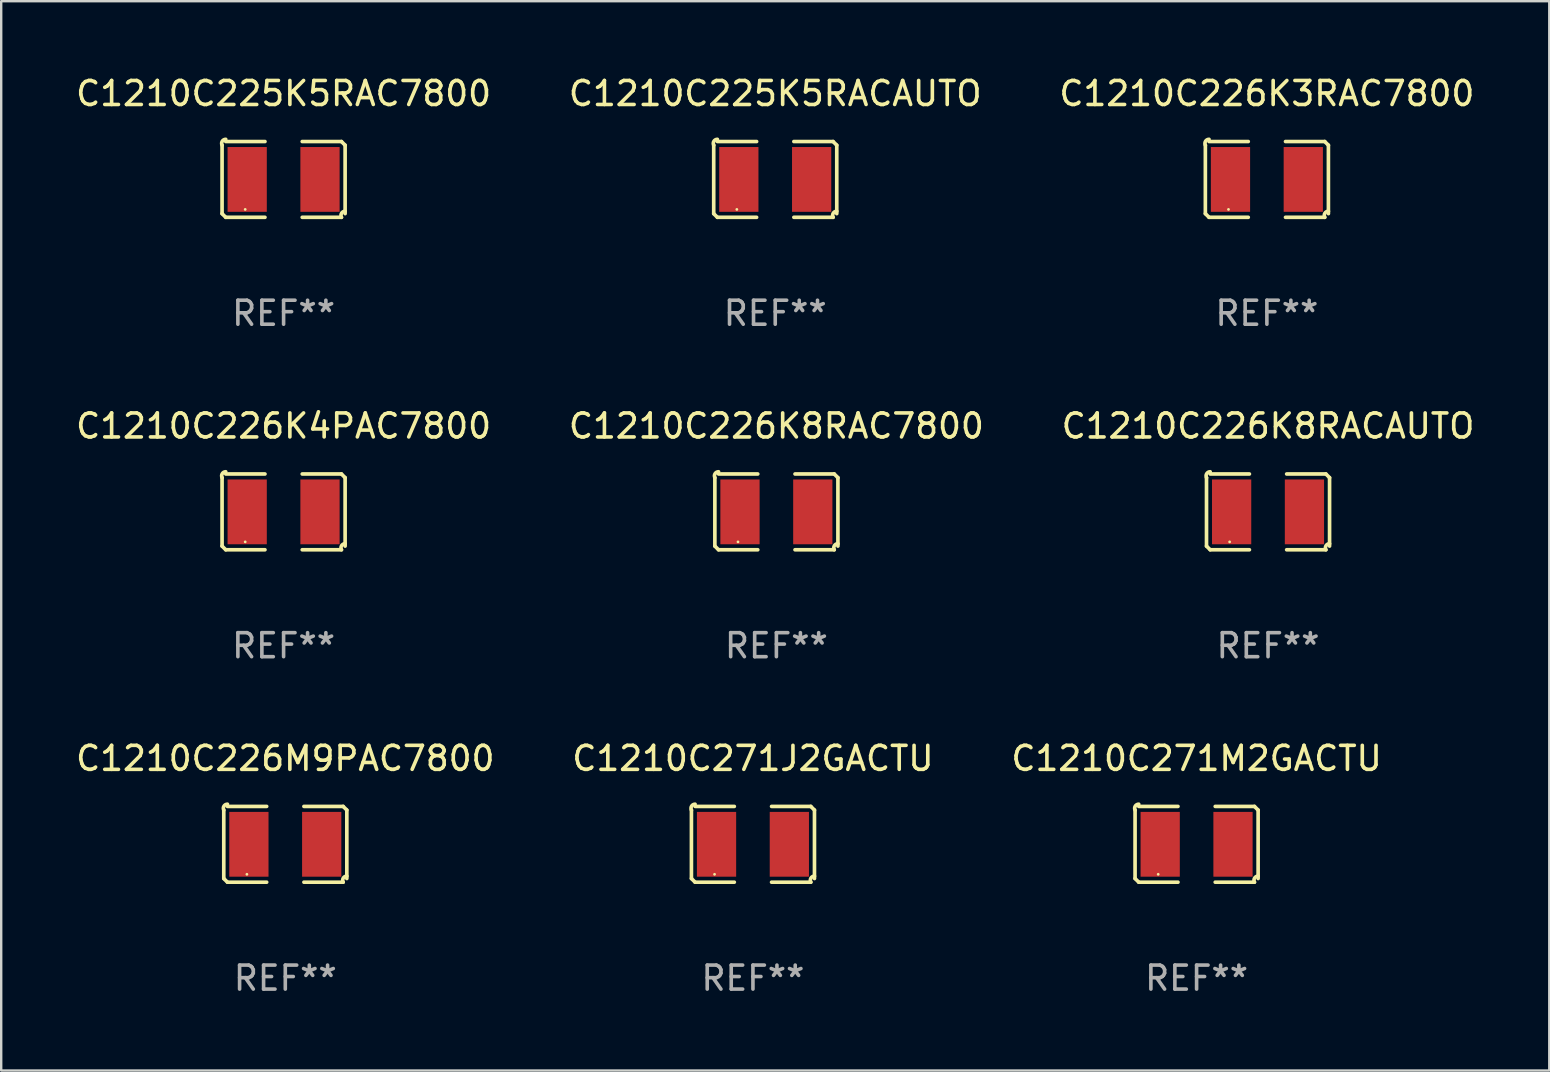
<source format=kicad_pcb>
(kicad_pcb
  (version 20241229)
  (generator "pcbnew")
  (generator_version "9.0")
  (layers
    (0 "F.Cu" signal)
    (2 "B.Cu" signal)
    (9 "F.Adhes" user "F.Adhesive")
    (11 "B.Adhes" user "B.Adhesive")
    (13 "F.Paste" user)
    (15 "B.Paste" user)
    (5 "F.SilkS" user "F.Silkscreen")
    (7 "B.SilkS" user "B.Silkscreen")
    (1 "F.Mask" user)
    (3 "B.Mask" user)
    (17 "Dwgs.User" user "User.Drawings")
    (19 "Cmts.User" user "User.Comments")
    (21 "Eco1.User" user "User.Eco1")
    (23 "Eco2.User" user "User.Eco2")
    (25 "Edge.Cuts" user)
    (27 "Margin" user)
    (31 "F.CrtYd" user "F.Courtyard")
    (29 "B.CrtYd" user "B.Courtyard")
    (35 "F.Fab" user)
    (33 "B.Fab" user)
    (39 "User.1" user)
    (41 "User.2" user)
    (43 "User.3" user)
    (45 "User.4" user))
  (footprint "C1210C225K5RAC7800"
    (layer "F.Cu")
    (at 8.768 4.427)
    (property "Reference" "C1210C225K5RAC7800" (at 0 -3.579 0) (layer "F.SilkS") (effects (font (size 1 1) (thickness 0.15))))
    (attr through_hole)
    (fp_line (start -2.564 1.426) (end -2.564 -1.426) (stroke (width 0.152) (type solid)) (layer "F.SilkS"))
    (fp_line (start -2.411 -1.579) (end -0.776 -1.579) (stroke (width 0.152) (type solid)) (layer "F.SilkS"))
    (fp_line (start -0.776 1.579) (end -2.411 1.579) (stroke (width 0.152) (type solid)) (layer "F.SilkS"))
    (fp_line (start 0.776 1.579) (end 2.411 1.579) (stroke (width 0.152) (type solid)) (layer "F.SilkS"))
    (fp_line (start 2.411 -1.579) (end 0.776 -1.579) (stroke (width 0.152) (type solid)) (layer "F.SilkS"))
    (fp_line (start 2.564 1.426) (end 2.564 -1.426) (stroke (width 0.152) (type solid)) (layer "F.SilkS"))
    (fp_arc (start -2.563602 -1.426213) (mid -2.555597 -1.591233) (end -2.411201 -1.671518) (stroke (width 0.1524) (type solid)) (layer "F.SilkS"))
    (fp_arc (start -2.5636 1.426214) (mid -2.487389 1.502402) (end -2.411201 1.578613) (stroke (width 0.1524) (type solid)) (layer "F.SilkS"))
    (fp_arc (start 2.411197 -1.578618) (mid 2.487403 -1.502419) (end 2.563602 -1.426213) (stroke (width 0.1524) (type solid)) (layer "F.SilkS"))
    (fp_arc (start 2.411201 1.578613) (mid 2.416214 1.409455) (end 2.563602 1.32629) (stroke (width 0.1524) (type solid)) (layer "F.SilkS"))
    (fp_circle (center -1.6 1.25) (end -1.57 1.25) (stroke (width 0.06) (type solid)) (fill no) (layer "F.SilkS"))
    (fp_text user "REF**" (at 0 5.579 0) (layer "F.Fab") (effects (font (size 1 1) (thickness 0.15))))
    (pad "1" smd rect (at -1.517 0) (size 1.635 2.7) (layers "F.Cu" "F.Mask" "F.Paste"))
    (pad "2" smd rect (at 1.517 0) (size 1.635 2.7) (layers "F.Cu" "F.Mask" "F.Paste")))
  (footprint "C1210C225K5RACAUTO"
    (layer "F.Cu")
    (at 29.256 4.427)
    (property "Reference" "C1210C225K5RACAUTO" (at 0 -3.579 0) (layer "F.SilkS") (effects (font (size 1 1) (thickness 0.15))))
    (attr through_hole)
    (fp_line (start -2.564 1.426) (end -2.564 -1.426) (stroke (width 0.152) (type solid)) (layer "F.SilkS"))
    (fp_line (start -2.411 -1.579) (end -0.776 -1.579) (stroke (width 0.152) (type solid)) (layer "F.SilkS"))
    (fp_line (start -0.776 1.579) (end -2.411 1.579) (stroke (width 0.152) (type solid)) (layer "F.SilkS"))
    (fp_line (start 0.776 1.579) (end 2.411 1.579) (stroke (width 0.152) (type solid)) (layer "F.SilkS"))
    (fp_line (start 2.411 -1.579) (end 0.776 -1.579) (stroke (width 0.152) (type solid)) (layer "F.SilkS"))
    (fp_line (start 2.564 1.426) (end 2.564 -1.426) (stroke (width 0.152) (type solid)) (layer "F.SilkS"))
    (fp_arc (start -2.563602 -1.426213) (mid -2.555597 -1.591233) (end -2.411201 -1.671518) (stroke (width 0.1524) (type solid)) (layer "F.SilkS"))
    (fp_arc (start -2.5636 1.426214) (mid -2.487389 1.502402) (end -2.411201 1.578613) (stroke (width 0.1524) (type solid)) (layer "F.SilkS"))
    (fp_arc (start 2.411197 -1.578618) (mid 2.487403 -1.502419) (end 2.563602 -1.426213) (stroke (width 0.1524) (type solid)) (layer "F.SilkS"))
    (fp_arc (start 2.411201 1.578613) (mid 2.416214 1.409455) (end 2.563602 1.32629) (stroke (width 0.1524) (type solid)) (layer "F.SilkS"))
    (fp_circle (center -1.6 1.25) (end -1.57 1.25) (stroke (width 0.06) (type solid)) (fill no) (layer "F.SilkS"))
    (fp_text user "REF**" (at 0 5.579 0) (layer "F.Fab") (effects (font (size 1 1) (thickness 0.15))))
    (pad "1" smd rect (at -1.517 0) (size 1.635 2.7) (layers "F.Cu" "F.Mask" "F.Paste"))
    (pad "2" smd rect (at 1.517 0) (size 1.635 2.7) (layers "F.Cu" "F.Mask" "F.Paste")))
  (footprint "C1210C226K4PAC7800"
    (layer "F.Cu")
    (at 8.768 18.281)
    (property "Reference" "C1210C226K4PAC7800" (at 0 -3.579 0) (layer "F.SilkS") (effects (font (size 1 1) (thickness 0.15))))
    (attr through_hole)
    (fp_line (start -2.564 1.426) (end -2.564 -1.426) (stroke (width 0.152) (type solid)) (layer "F.SilkS"))
    (fp_line (start -2.411 -1.579) (end -0.776 -1.579) (stroke (width 0.152) (type solid)) (layer "F.SilkS"))
    (fp_line (start -0.776 1.579) (end -2.411 1.579) (stroke (width 0.152) (type solid)) (layer "F.SilkS"))
    (fp_line (start 0.776 1.579) (end 2.411 1.579) (stroke (width 0.152) (type solid)) (layer "F.SilkS"))
    (fp_line (start 2.411 -1.579) (end 0.776 -1.579) (stroke (width 0.152) (type solid)) (layer "F.SilkS"))
    (fp_line (start 2.564 1.426) (end 2.564 -1.426) (stroke (width 0.152) (type solid)) (layer "F.SilkS"))
    (fp_arc (start -2.563602 -1.426213) (mid -2.555597 -1.591233) (end -2.411201 -1.671518) (stroke (width 0.1524) (type solid)) (layer "F.SilkS"))
    (fp_arc (start -2.5636 1.426214) (mid -2.487389 1.502402) (end -2.411201 1.578613) (stroke (width 0.1524) (type solid)) (layer "F.SilkS"))
    (fp_arc (start 2.411197 -1.578618) (mid 2.487403 -1.502419) (end 2.563602 -1.426213) (stroke (width 0.1524) (type solid)) (layer "F.SilkS"))
    (fp_arc (start 2.411201 1.578613) (mid 2.416214 1.409455) (end 2.563602 1.32629) (stroke (width 0.1524) (type solid)) (layer "F.SilkS"))
    (fp_circle (center -1.6 1.25) (end -1.57 1.25) (stroke (width 0.06) (type solid)) (fill no) (layer "F.SilkS"))
    (fp_text user "REF**" (at 0 5.579 0) (layer "F.Fab") (effects (font (size 1 1) (thickness 0.15))))
    (pad "1" smd rect (at -1.517 0) (size 1.635 2.7) (layers "F.Cu" "F.Mask" "F.Paste"))
    (pad "2" smd rect (at 1.517 0) (size 1.635 2.7) (layers "F.Cu" "F.Mask" "F.Paste")))
  (footprint "C1210C271J2GACTU"
    (layer "F.Cu")
    (at 28.327 32.134)
    (property "Reference" "C1210C271J2GACTU" (at 0 -3.579 0) (layer "F.SilkS") (effects (font (size 1 1) (thickness 0.15))))
    (attr through_hole)
    (fp_line (start -2.564 1.426) (end -2.564 -1.426) (stroke (width 0.152) (type solid)) (layer "F.SilkS"))
    (fp_line (start -2.411 -1.579) (end -0.776 -1.579) (stroke (width 0.152) (type solid)) (layer "F.SilkS"))
    (fp_line (start -0.776 1.579) (end -2.411 1.579) (stroke (width 0.152) (type solid)) (layer "F.SilkS"))
    (fp_line (start 0.776 1.579) (end 2.411 1.579) (stroke (width 0.152) (type solid)) (layer "F.SilkS"))
    (fp_line (start 2.411 -1.579) (end 0.776 -1.579) (stroke (width 0.152) (type solid)) (layer "F.SilkS"))
    (fp_line (start 2.564 1.426) (end 2.564 -1.426) (stroke (width 0.152) (type solid)) (layer "F.SilkS"))
    (fp_arc (start -2.563602 -1.426213) (mid -2.555597 -1.591233) (end -2.411201 -1.671518) (stroke (width 0.1524) (type solid)) (layer "F.SilkS"))
    (fp_arc (start -2.5636 1.426214) (mid -2.487389 1.502402) (end -2.411201 1.578613) (stroke (width 0.1524) (type solid)) (layer "F.SilkS"))
    (fp_arc (start 2.411197 -1.578618) (mid 2.487403 -1.502419) (end 2.563602 -1.426213) (stroke (width 0.1524) (type solid)) (layer "F.SilkS"))
    (fp_arc (start 2.411201 1.578613) (mid 2.416214 1.409455) (end 2.563602 1.32629) (stroke (width 0.1524) (type solid)) (layer "F.SilkS"))
    (fp_circle (center -1.6 1.25) (end -1.57 1.25) (stroke (width 0.06) (type solid)) (fill no) (layer "F.SilkS"))
    (fp_text user "REF**" (at 0 5.579 0) (layer "F.Fab") (effects (font (size 1 1) (thickness 0.15))))
    (pad "1" smd rect (at -1.517 0) (size 1.635 2.7) (layers "F.Cu" "F.Mask" "F.Paste"))
    (pad "2" smd rect (at 1.517 0) (size 1.635 2.7) (layers "F.Cu" "F.Mask" "F.Paste")))
  (footprint "C1210C226K8RACAUTO"
    (layer "F.Cu")
    (at 49.792 18.281)
    (property "Reference" "C1210C226K8RACAUTO" (at 0 -3.579 0) (layer "F.SilkS") (effects (font (size 1 1) (thickness 0.15))))
    (attr through_hole)
    (fp_line (start -2.564 1.426) (end -2.564 -1.426) (stroke (width 0.152) (type solid)) (layer "F.SilkS"))
    (fp_line (start -2.411 -1.579) (end -0.776 -1.579) (stroke (width 0.152) (type solid)) (layer "F.SilkS"))
    (fp_line (start -0.776 1.579) (end -2.411 1.579) (stroke (width 0.152) (type solid)) (layer "F.SilkS"))
    (fp_line (start 0.776 1.579) (end 2.411 1.579) (stroke (width 0.152) (type solid)) (layer "F.SilkS"))
    (fp_line (start 2.411 -1.579) (end 0.776 -1.579) (stroke (width 0.152) (type solid)) (layer "F.SilkS"))
    (fp_line (start 2.564 1.426) (end 2.564 -1.426) (stroke (width 0.152) (type solid)) (layer "F.SilkS"))
    (fp_arc (start -2.563602 -1.426213) (mid -2.555597 -1.591233) (end -2.411201 -1.671518) (stroke (width 0.1524) (type solid)) (layer "F.SilkS"))
    (fp_arc (start -2.5636 1.426214) (mid -2.487389 1.502402) (end -2.411201 1.578613) (stroke (width 0.1524) (type solid)) (layer "F.SilkS"))
    (fp_arc (start 2.411197 -1.578618) (mid 2.487403 -1.502419) (end 2.563602 -1.426213) (stroke (width 0.1524) (type solid)) (layer "F.SilkS"))
    (fp_arc (start 2.411201 1.578613) (mid 2.416214 1.409455) (end 2.563602 1.32629) (stroke (width 0.1524) (type solid)) (layer "F.SilkS"))
    (fp_circle (center -1.6 1.25) (end -1.57 1.25) (stroke (width 0.06) (type solid)) (fill no) (layer "F.SilkS"))
    (fp_text user "REF**" (at 0 5.579 0) (layer "F.Fab") (effects (font (size 1 1) (thickness 0.15))))
    (pad "1" smd rect (at -1.517 0) (size 1.635 2.7) (layers "F.Cu" "F.Mask" "F.Paste"))
    (pad "2" smd rect (at 1.517 0) (size 1.635 2.7) (layers "F.Cu" "F.Mask" "F.Paste")))
  (footprint "C1210C226K8RAC7800"
    (layer "F.Cu")
    (at 29.304 18.281)
    (property "Reference" "C1210C226K8RAC7800" (at 0 -3.579 0) (layer "F.SilkS") (effects (font (size 1 1) (thickness 0.15))))
    (attr through_hole)
    (fp_line (start -2.564 1.426) (end -2.564 -1.426) (stroke (width 0.152) (type solid)) (layer "F.SilkS"))
    (fp_line (start -2.411 -1.579) (end -0.776 -1.579) (stroke (width 0.152) (type solid)) (layer "F.SilkS"))
    (fp_line (start -0.776 1.579) (end -2.411 1.579) (stroke (width 0.152) (type solid)) (layer "F.SilkS"))
    (fp_line (start 0.776 1.579) (end 2.411 1.579) (stroke (width 0.152) (type solid)) (layer "F.SilkS"))
    (fp_line (start 2.411 -1.579) (end 0.776 -1.579) (stroke (width 0.152) (type solid)) (layer "F.SilkS"))
    (fp_line (start 2.564 1.426) (end 2.564 -1.426) (stroke (width 0.152) (type solid)) (layer "F.SilkS"))
    (fp_arc (start -2.563602 -1.426213) (mid -2.555597 -1.591233) (end -2.411201 -1.671518) (stroke (width 0.1524) (type solid)) (layer "F.SilkS"))
    (fp_arc (start -2.5636 1.426214) (mid -2.487389 1.502402) (end -2.411201 1.578613) (stroke (width 0.1524) (type solid)) (layer "F.SilkS"))
    (fp_arc (start 2.411197 -1.578618) (mid 2.487403 -1.502419) (end 2.563602 -1.426213) (stroke (width 0.1524) (type solid)) (layer "F.SilkS"))
    (fp_arc (start 2.411201 1.578613) (mid 2.416214 1.409455) (end 2.563602 1.32629) (stroke (width 0.1524) (type solid)) (layer "F.SilkS"))
    (fp_circle (center -1.6 1.25) (end -1.57 1.25) (stroke (width 0.06) (type solid)) (fill no) (layer "F.SilkS"))
    (fp_text user "REF**" (at 0 5.579 0) (layer "F.Fab") (effects (font (size 1 1) (thickness 0.15))))
    (pad "1" smd rect (at -1.517 0) (size 1.635 2.7) (layers "F.Cu" "F.Mask" "F.Paste"))
    (pad "2" smd rect (at 1.517 0) (size 1.635 2.7) (layers "F.Cu" "F.Mask" "F.Paste")))
  (footprint "C1210C226K3RAC7800"
    (layer "F.Cu")
    (at 49.744 4.427)
    (property "Reference" "C1210C226K3RAC7800" (at 0 -3.579 0) (layer "F.SilkS") (effects (font (size 1 1) (thickness 0.15))))
    (attr through_hole)
    (fp_line (start -2.564 1.426) (end -2.564 -1.426) (stroke (width 0.152) (type solid)) (layer "F.SilkS"))
    (fp_line (start -2.411 -1.579) (end -0.776 -1.579) (stroke (width 0.152) (type solid)) (layer "F.SilkS"))
    (fp_line (start -0.776 1.579) (end -2.411 1.579) (stroke (width 0.152) (type solid)) (layer "F.SilkS"))
    (fp_line (start 0.776 1.579) (end 2.411 1.579) (stroke (width 0.152) (type solid)) (layer "F.SilkS"))
    (fp_line (start 2.411 -1.579) (end 0.776 -1.579) (stroke (width 0.152) (type solid)) (layer "F.SilkS"))
    (fp_line (start 2.564 1.426) (end 2.564 -1.426) (stroke (width 0.152) (type solid)) (layer "F.SilkS"))
    (fp_arc (start -2.563602 -1.426213) (mid -2.555597 -1.591233) (end -2.411201 -1.671518) (stroke (width 0.1524) (type solid)) (layer "F.SilkS"))
    (fp_arc (start -2.5636 1.426214) (mid -2.487389 1.502402) (end -2.411201 1.578613) (stroke (width 0.1524) (type solid)) (layer "F.SilkS"))
    (fp_arc (start 2.411197 -1.578618) (mid 2.487403 -1.502419) (end 2.563602 -1.426213) (stroke (width 0.1524) (type solid)) (layer "F.SilkS"))
    (fp_arc (start 2.411201 1.578613) (mid 2.416214 1.409455) (end 2.563602 1.32629) (stroke (width 0.1524) (type solid)) (layer "F.SilkS"))
    (fp_circle (center -1.6 1.25) (end -1.57 1.25) (stroke (width 0.06) (type solid)) (fill no) (layer "F.SilkS"))
    (fp_text user "REF**" (at 0 5.579 0) (layer "F.Fab") (effects (font (size 1 1) (thickness 0.15))))
    (pad "1" smd rect (at -1.517 0) (size 1.635 2.7) (layers "F.Cu" "F.Mask" "F.Paste"))
    (pad "2" smd rect (at 1.517 0) (size 1.635 2.7) (layers "F.Cu" "F.Mask" "F.Paste")))
  (footprint "C1210C271M2GACTU"
    (layer "F.Cu")
    (at 46.815 32.134)
    (property "Reference" "C1210C271M2GACTU" (at 0 -3.579 0) (layer "F.SilkS") (effects (font (size 1 1) (thickness 0.15))))
    (attr through_hole)
    (fp_line (start -2.564 1.426) (end -2.564 -1.426) (stroke (width 0.152) (type solid)) (layer "F.SilkS"))
    (fp_line (start -2.411 -1.579) (end -0.776 -1.579) (stroke (width 0.152) (type solid)) (layer "F.SilkS"))
    (fp_line (start -0.776 1.579) (end -2.411 1.579) (stroke (width 0.152) (type solid)) (layer "F.SilkS"))
    (fp_line (start 0.776 1.579) (end 2.411 1.579) (stroke (width 0.152) (type solid)) (layer "F.SilkS"))
    (fp_line (start 2.411 -1.579) (end 0.776 -1.579) (stroke (width 0.152) (type solid)) (layer "F.SilkS"))
    (fp_line (start 2.564 1.426) (end 2.564 -1.426) (stroke (width 0.152) (type solid)) (layer "F.SilkS"))
    (fp_arc (start -2.563602 -1.426213) (mid -2.555597 -1.591233) (end -2.411201 -1.671518) (stroke (width 0.1524) (type solid)) (layer "F.SilkS"))
    (fp_arc (start -2.5636 1.426214) (mid -2.487389 1.502402) (end -2.411201 1.578613) (stroke (width 0.1524) (type solid)) (layer "F.SilkS"))
    (fp_arc (start 2.411197 -1.578618) (mid 2.487403 -1.502419) (end 2.563602 -1.426213) (stroke (width 0.1524) (type solid)) (layer "F.SilkS"))
    (fp_arc (start 2.411201 1.578613) (mid 2.416214 1.409455) (end 2.563602 1.32629) (stroke (width 0.1524) (type solid)) (layer "F.SilkS"))
    (fp_circle (center -1.6 1.25) (end -1.57 1.25) (stroke (width 0.06) (type solid)) (fill no) (layer "F.SilkS"))
    (fp_text user "REF**" (at 0 5.579 0) (layer "F.Fab") (effects (font (size 1 1) (thickness 0.15))))
    (pad "1" smd rect (at -1.517 0) (size 1.635 2.7) (layers "F.Cu" "F.Mask" "F.Paste"))
    (pad "2" smd rect (at 1.517 0) (size 1.635 2.7) (layers "F.Cu" "F.Mask" "F.Paste")))
  (footprint "C1210C226M9PAC7800"
    (layer "F.Cu")
    (at 8.839 32.134)
    (property "Reference" "C1210C226M9PAC7800" (at 0 -3.579 0) (layer "F.SilkS") (effects (font (size 1 1) (thickness 0.15))))
    (attr through_hole)
    (fp_line (start -2.564 1.426) (end -2.564 -1.426) (stroke (width 0.152) (type solid)) (layer "F.SilkS"))
    (fp_line (start -2.411 -1.579) (end -0.776 -1.579) (stroke (width 0.152) (type solid)) (layer "F.SilkS"))
    (fp_line (start -0.776 1.579) (end -2.411 1.579) (stroke (width 0.152) (type solid)) (layer "F.SilkS"))
    (fp_line (start 0.776 1.579) (end 2.411 1.579) (stroke (width 0.152) (type solid)) (layer "F.SilkS"))
    (fp_line (start 2.411 -1.579) (end 0.776 -1.579) (stroke (width 0.152) (type solid)) (layer "F.SilkS"))
    (fp_line (start 2.564 1.426) (end 2.564 -1.426) (stroke (width 0.152) (type solid)) (layer "F.SilkS"))
    (fp_arc (start -2.563602 -1.426213) (mid -2.555597 -1.591233) (end -2.411201 -1.671518) (stroke (width 0.1524) (type solid)) (layer "F.SilkS"))
    (fp_arc (start -2.5636 1.426214) (mid -2.487389 1.502402) (end -2.411201 1.578613) (stroke (width 0.1524) (type solid)) (layer "F.SilkS"))
    (fp_arc (start 2.411197 -1.578618) (mid 2.487403 -1.502419) (end 2.563602 -1.426213) (stroke (width 0.1524) (type solid)) (layer "F.SilkS"))
    (fp_arc (start 2.411201 1.578613) (mid 2.416214 1.409455) (end 2.563602 1.32629) (stroke (width 0.1524) (type solid)) (layer "F.SilkS"))
    (fp_circle (center -1.6 1.25) (end -1.57 1.25) (stroke (width 0.06) (type solid)) (fill no) (layer "F.SilkS"))
    (fp_text user "REF**" (at 0 5.579 0) (layer "F.Fab") (effects (font (size 1 1) (thickness 0.15))))
    (pad "1" smd rect (at -1.517 0) (size 1.635 2.7) (layers "F.Cu" "F.Mask" "F.Paste"))
    (pad "2" smd rect (at 1.517 0) (size 1.635 2.7) (layers "F.Cu" "F.Mask" "F.Paste")))
  (gr_rect
    (start -3 -3)
    (end 61.512 41.561)
    (stroke (width 0.1) (type default))
    (fill no)
    (layer "Edge.Cuts")))
</source>
